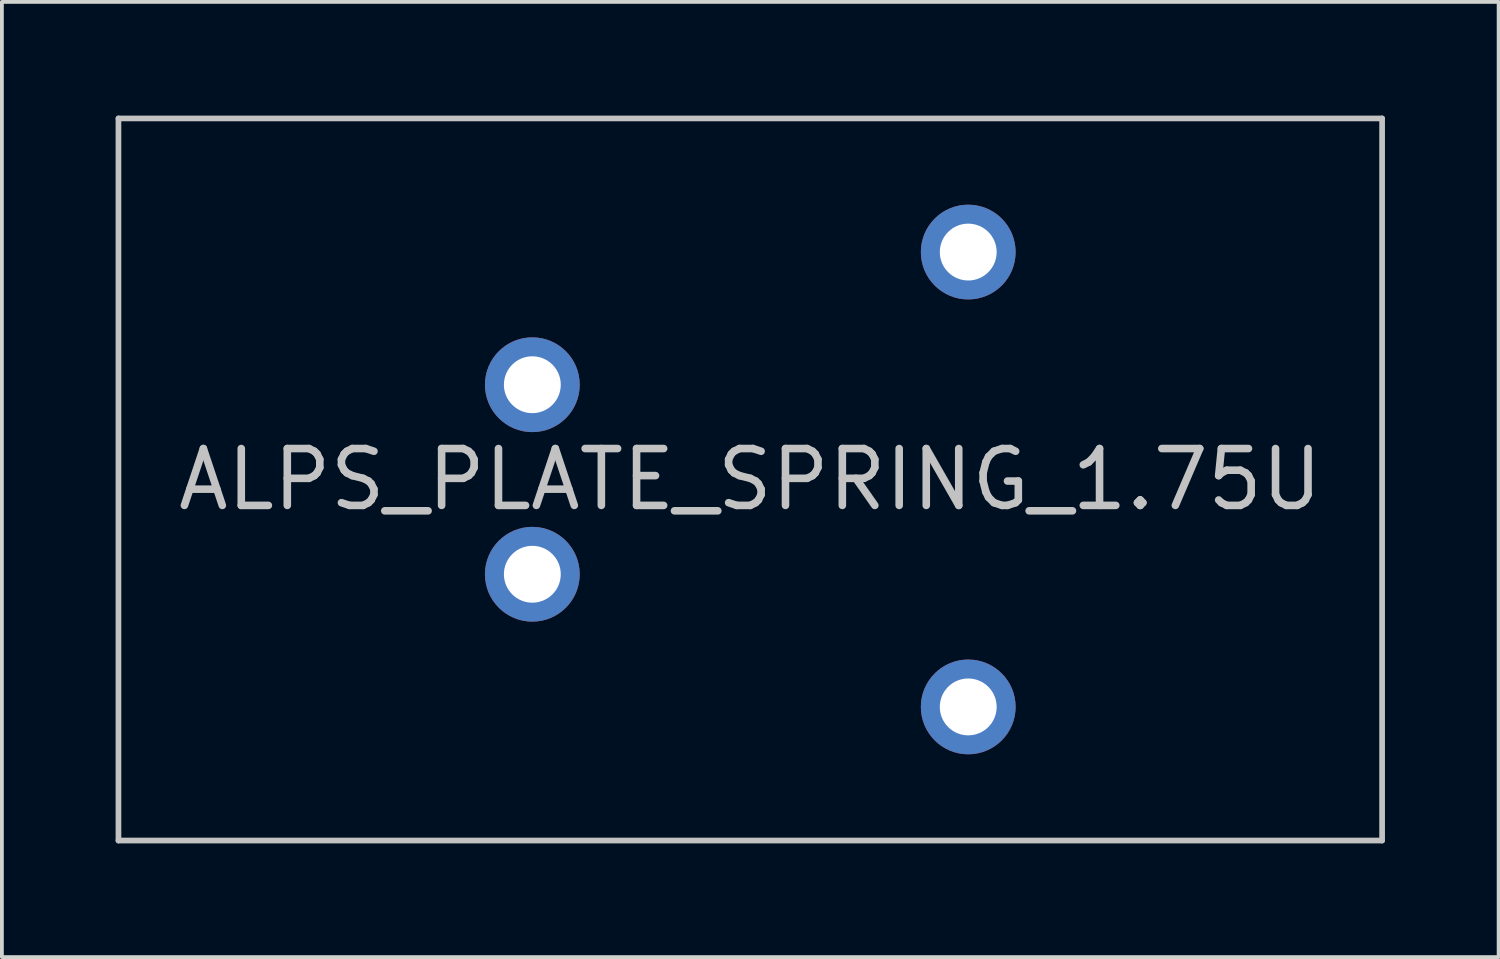
<source format=kicad_pcb>
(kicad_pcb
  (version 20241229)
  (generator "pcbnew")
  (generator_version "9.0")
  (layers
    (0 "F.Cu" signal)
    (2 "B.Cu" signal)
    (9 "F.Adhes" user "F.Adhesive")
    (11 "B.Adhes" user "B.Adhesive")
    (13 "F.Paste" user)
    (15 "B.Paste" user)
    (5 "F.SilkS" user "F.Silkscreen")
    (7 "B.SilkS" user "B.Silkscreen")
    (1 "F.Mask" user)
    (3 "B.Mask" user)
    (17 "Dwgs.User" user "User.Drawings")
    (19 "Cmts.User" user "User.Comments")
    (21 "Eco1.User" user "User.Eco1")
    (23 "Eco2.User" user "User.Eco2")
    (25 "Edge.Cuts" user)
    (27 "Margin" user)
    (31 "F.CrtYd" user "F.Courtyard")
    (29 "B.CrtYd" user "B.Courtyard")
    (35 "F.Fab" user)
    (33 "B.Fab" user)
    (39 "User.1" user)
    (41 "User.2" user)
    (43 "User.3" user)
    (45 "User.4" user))
  (footprint "ALPS_PLATE_SPRING_1.75U"
    (layer "F.Cu")
    (at 16.744 9.6)
    (property "Reference" "ALPS_PLATE_SPRING_1.75U" (at 0 0 0) (layer "Dwgs.User") (effects (font (size 1.5 1.5) (thickness 0.2))))
    (attr through_hole)
    (fp_line (start -16.669 -9.525) (end 16.669 -9.525) (stroke (width 0.15) (type solid)) (layer "Dwgs.User"))
    (fp_line (start -16.669 9.525) (end -16.669 -9.525) (stroke (width 0.15) (type solid)) (layer "Dwgs.User"))
    (fp_line (start 16.669 -9.525) (end 16.669 9.525) (stroke (width 0.15) (type solid)) (layer "Dwgs.User"))
    (fp_line (start 16.669 9.525) (end -16.669 9.525) (stroke (width 0.15) (type solid)) (layer "Dwgs.User"))
    (pad "1" thru_hole circle (at -5.75 2.5 90) (size 2.5 2.5) (drill 1.5) (layers "*.Cu" "*.Mask"))
    (pad "2" thru_hole circle (at -5.75 -2.5 90) (size 2.5 2.5) (drill 1.5) (layers "*.Cu" "*.Mask"))
    (pad "3" thru_hole circle (at 5.75 -6 90) (size 2.5 2.5) (drill 1.5) (layers "*.Cu" "*.Mask"))
    (pad "3" thru_hole circle (at 5.75 6 90) (size 2.5 2.5) (drill 1.5) (layers "*.Cu" "*.Mask")))
  (gr_rect
    (start -3 -3)
    (end 36.487 22.2)
    (stroke (width 0.1) (type default))
    (fill no)
    (layer "Edge.Cuts")))
</source>
